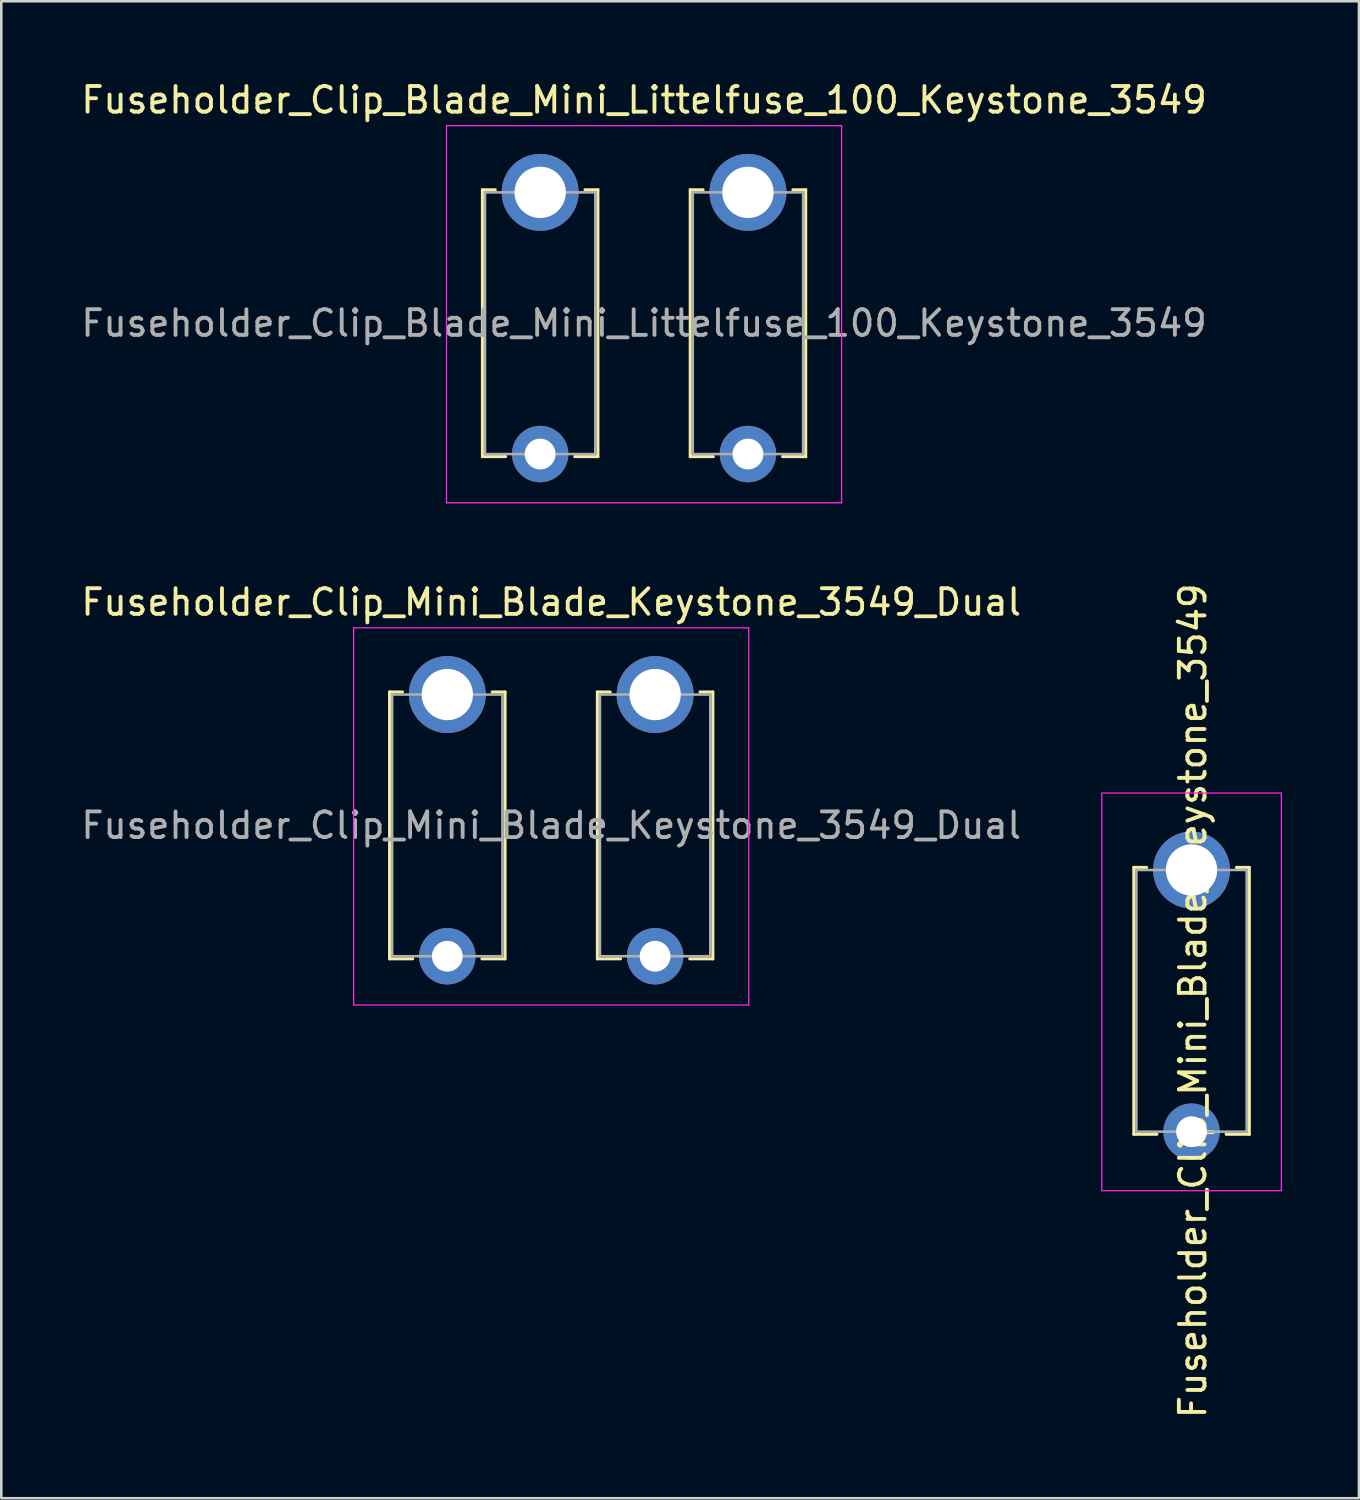
<source format=kicad_pcb>
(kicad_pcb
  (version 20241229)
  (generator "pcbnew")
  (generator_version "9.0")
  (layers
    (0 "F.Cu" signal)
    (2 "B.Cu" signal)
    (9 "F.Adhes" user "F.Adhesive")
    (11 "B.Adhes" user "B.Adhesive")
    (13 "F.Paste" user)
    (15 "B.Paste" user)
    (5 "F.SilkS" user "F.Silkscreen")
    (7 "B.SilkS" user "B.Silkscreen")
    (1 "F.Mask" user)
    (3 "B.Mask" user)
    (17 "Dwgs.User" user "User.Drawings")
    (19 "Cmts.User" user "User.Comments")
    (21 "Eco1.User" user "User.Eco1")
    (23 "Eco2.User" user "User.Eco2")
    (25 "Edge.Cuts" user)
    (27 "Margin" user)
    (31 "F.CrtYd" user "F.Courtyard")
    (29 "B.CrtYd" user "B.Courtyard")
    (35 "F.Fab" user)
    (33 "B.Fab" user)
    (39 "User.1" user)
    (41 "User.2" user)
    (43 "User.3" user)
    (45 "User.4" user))
  (footprint "Fuseholder_Clip_Blade_Mini_Littelfuse_100_Keystone_3549"
    (layer "F.Cu")
    (at 22.054 9.548)
    (property "Reference" "Fuseholder_Clip_Blade_Mini_Littelfuse_100_Keystone_3549" (at 0 -8.7 0) (unlocked yes) (layer "F.SilkS") (effects (font (size 1 1) (thickness 0.15))))
    (attr through_hole)
    (fp_line (start -6.3 -5.2) (end -5.8 -5.2) (stroke (width 0.12) (type solid)) (layer "F.SilkS"))
    (fp_line (start -6.3 5.2) (end -6.3 -5.2) (stroke (width 0.12) (type solid)) (layer "F.SilkS"))
    (fp_line (start -5.4 5.2) (end -6.3 5.2) (stroke (width 0.12) (type solid)) (layer "F.SilkS"))
    (fp_line (start -2.3 -5.2) (end -1.8 -5.2) (stroke (width 0.12) (type solid)) (layer "F.SilkS"))
    (fp_line (start -1.8 -5.2) (end -1.8 5.2) (stroke (width 0.12) (type solid)) (layer "F.SilkS"))
    (fp_line (start -1.8 5.2) (end -2.7 5.2) (stroke (width 0.12) (type solid)) (layer "F.SilkS"))
    (fp_line (start 1.8 -5.2) (end 2.3 -5.2) (stroke (width 0.12) (type solid)) (layer "F.SilkS"))
    (fp_line (start 1.8 5.2) (end 1.8 -5.2) (stroke (width 0.12) (type solid)) (layer "F.SilkS"))
    (fp_line (start 2.7 5.2) (end 1.8 5.2) (stroke (width 0.12) (type solid)) (layer "F.SilkS"))
    (fp_line (start 5.8 -5.2) (end 6.3 -5.2) (stroke (width 0.12) (type solid)) (layer "F.SilkS"))
    (fp_line (start 6.3 -5.2) (end 6.3 5.2) (stroke (width 0.12) (type solid)) (layer "F.SilkS"))
    (fp_line (start 6.3 5.2) (end 5.4 5.2) (stroke (width 0.12) (type solid)) (layer "F.SilkS"))
    (fp_line (start -7.7 -7.7) (end 7.7 -7.7) (stroke (width 0.05) (type solid)) (layer "F.CrtYd"))
    (fp_line (start -7.7 7) (end -7.7 -7.7) (stroke (width 0.05) (type solid)) (layer "F.CrtYd"))
    (fp_line (start 7.7 -7.7) (end 7.7 7) (stroke (width 0.05) (type solid)) (layer "F.CrtYd"))
    (fp_line (start 7.7 7) (end -7.7 7) (stroke (width 0.05) (type solid)) (layer "F.CrtYd"))
    (fp_line (start -6.2 5.1) (end -6.2 -5.1) (stroke (width 0.1) (type solid)) (layer "F.Fab"))
    (fp_line (start -1.9 -5.1) (end -6.2 -5.1) (stroke (width 0.1) (type solid)) (layer "F.Fab"))
    (fp_line (start -1.9 5.1) (end -6.2 5.1) (stroke (width 0.1) (type solid)) (layer "F.Fab"))
    (fp_line (start -1.9 5.1) (end -1.9 -5.1) (stroke (width 0.1) (type solid)) (layer "F.Fab"))
    (fp_line (start 1.9 5.1) (end 1.9 -5.1) (stroke (width 0.1) (type solid)) (layer "F.Fab"))
    (fp_line (start 6.2 -5.1) (end 1.9 -5.1) (stroke (width 0.1) (type solid)) (layer "F.Fab"))
    (fp_line (start 6.2 5.1) (end 1.9 5.1) (stroke (width 0.1) (type solid)) (layer "F.Fab"))
    (fp_line (start 6.2 5.1) (end 6.2 -5.1) (stroke (width 0.1) (type solid)) (layer "F.Fab"))
    (fp_text user "${REFERENCE}" (at 0 0 0) (unlocked yes) (layer "F.Fab") (effects (font (size 1 1) (thickness 0.15))))
    (pad "1" thru_hole circle (at -4.05 -5.1) (size 3 3) (drill 2) (layers "*.Cu" "*.Mask"))
    (pad "1" thru_hole circle (at -4.05 5.1) (size 2.2 2.2) (drill 1.2) (layers "*.Cu" "*.Mask"))
    (pad "2" thru_hole circle (at 4.05 -5.1) (size 3 3) (drill 2) (layers "*.Cu" "*.Mask"))
    (pad "2" thru_hole circle (at 4.05 5.1) (size 2.2 2.2) (drill 1.2) (layers "*.Cu" "*.Mask")))
  (footprint "Fuseholder_Clip_Mini_Blade_Keystone_3549"
    (layer "F.Cu")
    (at 43.394 30.86)
    (property "Reference" "Fuseholder_Clip_Mini_Blade_Keystone_3549" (at 0.05 5.1 90) (unlocked yes) (layer "F.SilkS") (effects (font (size 1 1) (thickness 0.15))))
    (attr through_hole)
    (fp_line (start -2.25 -0.1) (end -1.75 -0.1) (stroke (width 0.12) (type solid)) (layer "F.SilkS"))
    (fp_line (start -2.25 10.3) (end -2.25 -0.1) (stroke (width 0.12) (type solid)) (layer "F.SilkS"))
    (fp_line (start -1.35 10.3) (end -2.25 10.3) (stroke (width 0.12) (type solid)) (layer "F.SilkS"))
    (fp_line (start 1.75 -0.1) (end 2.25 -0.1) (stroke (width 0.12) (type solid)) (layer "F.SilkS"))
    (fp_line (start 2.25 -0.1) (end 2.25 10.3) (stroke (width 0.12) (type solid)) (layer "F.SilkS"))
    (fp_line (start 2.25 10.3) (end 1.35 10.3) (stroke (width 0.12) (type solid)) (layer "F.SilkS"))
    (fp_rect (start -3.5 -3) (end 3.5 12.5) (stroke (width 0.05) (type default)) (fill no) (layer "F.CrtYd"))
    (fp_line (start -2.15 10.2) (end -2.15 0) (stroke (width 0.1) (type solid)) (layer "F.Fab"))
    (fp_line (start 2.15 0) (end -2.15 0) (stroke (width 0.1) (type solid)) (layer "F.Fab"))
    (fp_line (start 2.15 10.2) (end -2.15 10.2) (stroke (width 0.1) (type solid)) (layer "F.Fab"))
    (fp_line (start 2.15 10.2) (end 2.15 0) (stroke (width 0.1) (type solid)) (layer "F.Fab"))
    (pad "1" thru_hole circle (at 0 0) (size 3 3) (drill 2) (layers "*.Cu" "*.Mask"))
    (pad "1" thru_hole circle (at 0 10.2) (size 2.2 2.2) (drill 1.2) (layers "*.Cu" "*.Mask")))
  (footprint "Fuseholder_Clip_Mini_Blade_Keystone_3549_Dual"
    (layer "F.Cu")
    (at 18.435 29.122)
    (property "Reference" "Fuseholder_Clip_Mini_Blade_Keystone_3549_Dual" (at 0 -8.7 0) (unlocked yes) (layer "F.SilkS") (effects (font (size 1 1) (thickness 0.15))))
    (attr through_hole)
    (fp_line (start -6.3 -5.2) (end -5.8 -5.2) (stroke (width 0.12) (type solid)) (layer "F.SilkS"))
    (fp_line (start -6.3 5.2) (end -6.3 -5.2) (stroke (width 0.12) (type solid)) (layer "F.SilkS"))
    (fp_line (start -5.4 5.2) (end -6.3 5.2) (stroke (width 0.12) (type solid)) (layer "F.SilkS"))
    (fp_line (start -2.3 -5.2) (end -1.8 -5.2) (stroke (width 0.12) (type solid)) (layer "F.SilkS"))
    (fp_line (start -1.8 -5.2) (end -1.8 5.2) (stroke (width 0.12) (type solid)) (layer "F.SilkS"))
    (fp_line (start -1.8 5.2) (end -2.7 5.2) (stroke (width 0.12) (type solid)) (layer "F.SilkS"))
    (fp_line (start 1.8 -5.2) (end 2.3 -5.2) (stroke (width 0.12) (type solid)) (layer "F.SilkS"))
    (fp_line (start 1.8 5.2) (end 1.8 -5.2) (stroke (width 0.12) (type solid)) (layer "F.SilkS"))
    (fp_line (start 2.7 5.2) (end 1.8 5.2) (stroke (width 0.12) (type solid)) (layer "F.SilkS"))
    (fp_line (start 5.8 -5.2) (end 6.3 -5.2) (stroke (width 0.12) (type solid)) (layer "F.SilkS"))
    (fp_line (start 6.3 -5.2) (end 6.3 5.2) (stroke (width 0.12) (type solid)) (layer "F.SilkS"))
    (fp_line (start 6.3 5.2) (end 5.4 5.2) (stroke (width 0.12) (type solid)) (layer "F.SilkS"))
    (fp_line (start -7.7 -7.7) (end 7.7 -7.7) (stroke (width 0.05) (type solid)) (layer "F.CrtYd"))
    (fp_line (start -7.7 7) (end -7.7 -7.7) (stroke (width 0.05) (type solid)) (layer "F.CrtYd"))
    (fp_line (start 7.7 -7.7) (end 7.7 7) (stroke (width 0.05) (type solid)) (layer "F.CrtYd"))
    (fp_line (start 7.7 7) (end -7.7 7) (stroke (width 0.05) (type solid)) (layer "F.CrtYd"))
    (fp_line (start -6.2 5.1) (end -6.2 -5.1) (stroke (width 0.1) (type solid)) (layer "F.Fab"))
    (fp_line (start -1.9 -5.1) (end -6.2 -5.1) (stroke (width 0.1) (type solid)) (layer "F.Fab"))
    (fp_line (start -1.9 5.1) (end -6.2 5.1) (stroke (width 0.1) (type solid)) (layer "F.Fab"))
    (fp_line (start -1.9 5.1) (end -1.9 -5.1) (stroke (width 0.1) (type solid)) (layer "F.Fab"))
    (fp_line (start 1.9 5.1) (end 1.9 -5.1) (stroke (width 0.1) (type solid)) (layer "F.Fab"))
    (fp_line (start 6.2 -5.1) (end 1.9 -5.1) (stroke (width 0.1) (type solid)) (layer "F.Fab"))
    (fp_line (start 6.2 5.1) (end 1.9 5.1) (stroke (width 0.1) (type solid)) (layer "F.Fab"))
    (fp_line (start 6.2 5.1) (end 6.2 -5.1) (stroke (width 0.1) (type solid)) (layer "F.Fab"))
    (fp_text user "${REFERENCE}" (at 0 0 0) (unlocked yes) (layer "F.Fab") (effects (font (size 1 1) (thickness 0.15))))
    (pad "1" thru_hole circle (at -4.05 -5.1) (size 3 3) (drill 2) (layers "*.Cu" "*.Mask"))
    (pad "1" thru_hole circle (at -4.05 5.1) (size 2.2 2.2) (drill 1.2) (layers "*.Cu" "*.Mask"))
    (pad "2" thru_hole circle (at 4.05 -5.1) (size 3 3) (drill 2) (layers "*.Cu" "*.Mask"))
    (pad "2" thru_hole circle (at 4.05 5.1) (size 2.2 2.2) (drill 1.2) (layers "*.Cu" "*.Mask")))
  (gr_rect
    (start -3 -3)
    (end 49.919 55.347)
    (stroke (width 0.1) (type default))
    (fill no)
    (layer "Edge.Cuts")))
</source>
